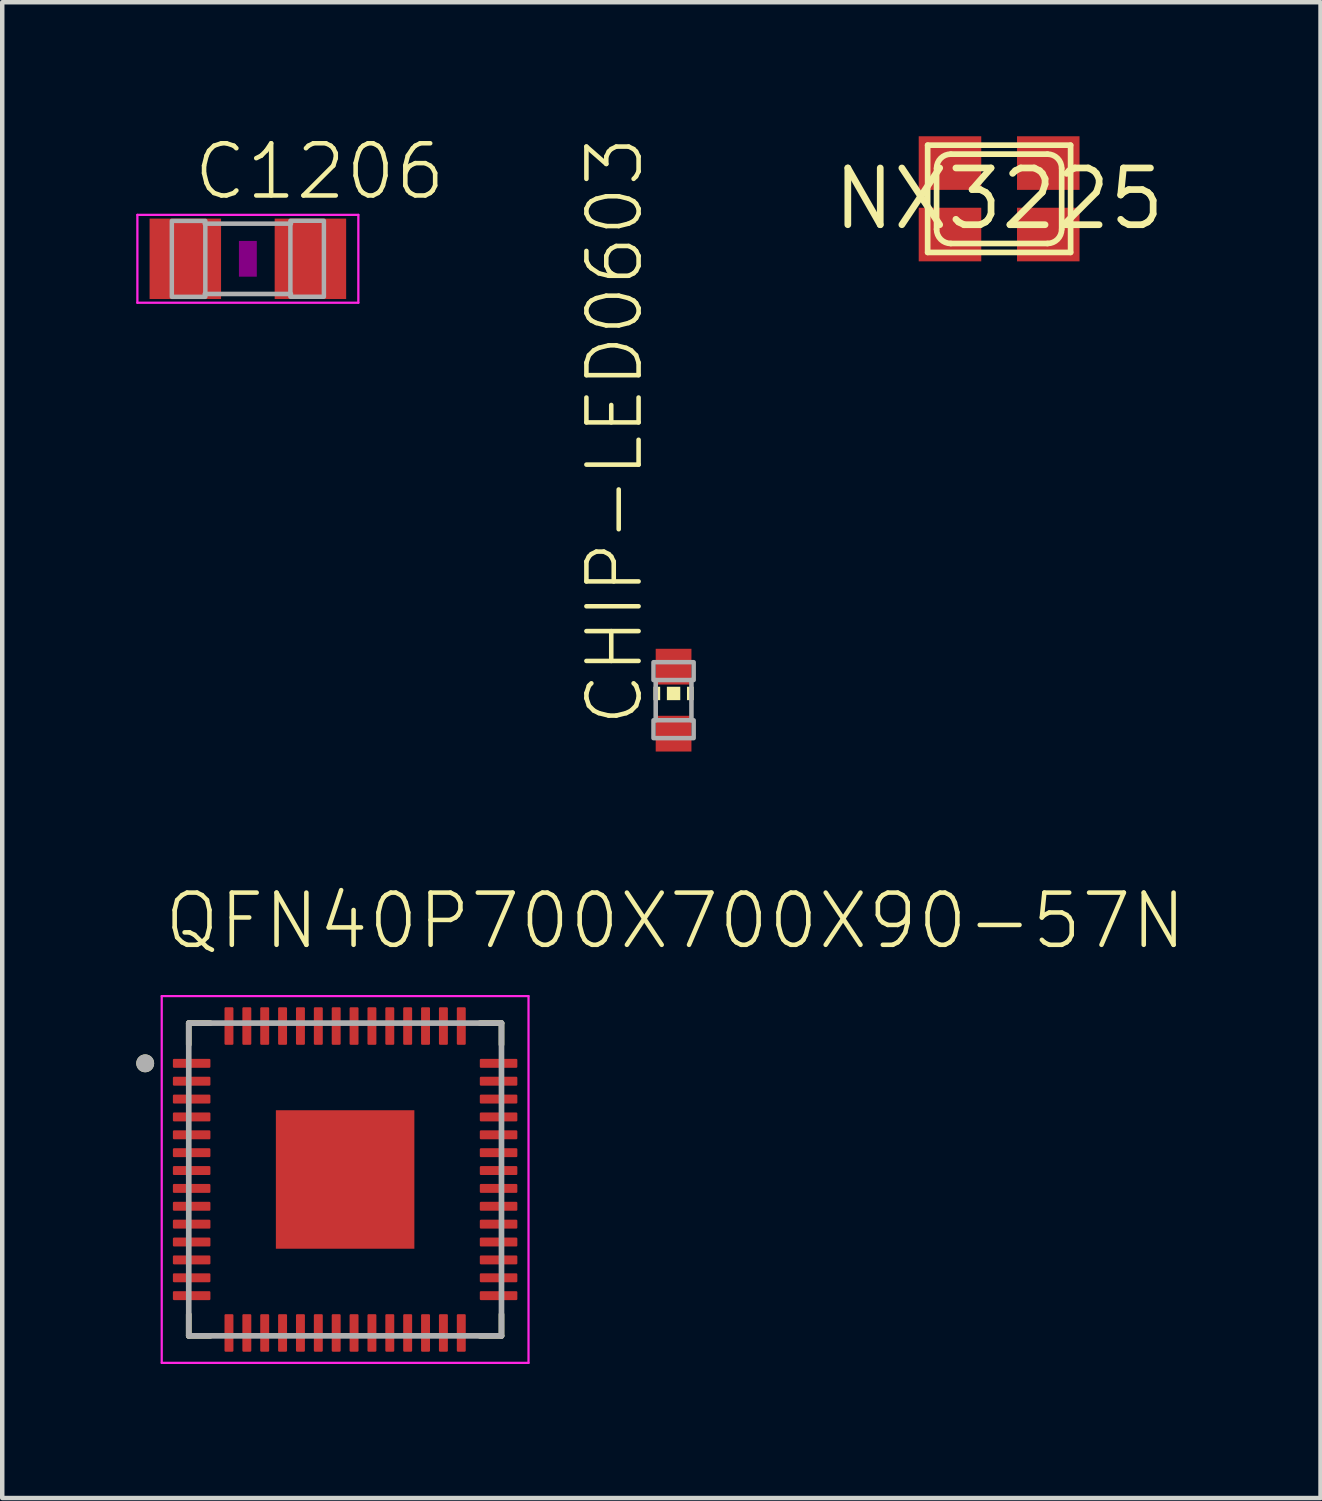
<source format=kicad_pcb>
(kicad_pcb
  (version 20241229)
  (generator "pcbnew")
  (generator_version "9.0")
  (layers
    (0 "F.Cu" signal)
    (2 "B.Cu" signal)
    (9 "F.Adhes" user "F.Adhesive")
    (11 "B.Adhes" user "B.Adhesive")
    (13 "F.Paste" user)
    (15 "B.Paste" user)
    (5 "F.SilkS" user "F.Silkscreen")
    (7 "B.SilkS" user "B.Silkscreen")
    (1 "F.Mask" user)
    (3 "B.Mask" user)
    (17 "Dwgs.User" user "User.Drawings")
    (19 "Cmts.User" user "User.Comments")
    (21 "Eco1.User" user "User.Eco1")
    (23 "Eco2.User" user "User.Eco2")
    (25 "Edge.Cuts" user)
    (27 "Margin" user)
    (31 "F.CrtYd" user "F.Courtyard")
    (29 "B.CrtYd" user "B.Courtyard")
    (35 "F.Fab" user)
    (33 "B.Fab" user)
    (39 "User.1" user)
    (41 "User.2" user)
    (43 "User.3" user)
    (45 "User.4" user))
  (footprint "NX3225"
    (layer "F.Cu")
    (at 19.314 1.4)
    (property "Reference" "NX3225" (at 0 0 0) (layer "F.SilkS") (effects (font (size 1.27 1.27) (thickness 0.15))))
    (fp_line (start -1.6 -1.2) (end -1.6 1.2) (stroke (width 0.127) (type solid)) (layer "F.SilkS"))
    (fp_line (start -1.6 1.2) (end 1.6 1.2) (stroke (width 0.127) (type solid)) (layer "F.SilkS"))
    (fp_line (start -1.4 0.682) (end -1.4 -0.682) (stroke (width 0.127) (type solid)) (layer "F.SilkS"))
    (fp_line (start -1.083 -1) (end 1.083 -1) (stroke (width 0.127) (type solid)) (layer "F.SilkS"))
    (fp_line (start 1.083 1) (end -1.083 1) (stroke (width 0.127) (type solid)) (layer "F.SilkS"))
    (fp_line (start 1.4 -0.682) (end 1.4 0.682) (stroke (width 0.127) (type solid)) (layer "F.SilkS"))
    (fp_line (start 1.6 -1.2) (end -1.6 -1.2) (stroke (width 0.127) (type solid)) (layer "F.SilkS"))
    (fp_line (start 1.6 1.2) (end 1.6 -1.2) (stroke (width 0.127) (type solid)) (layer "F.SilkS"))
    (fp_arc (start -1.4 -0.6825) (mid -1.307006 -0.907006) (end -1.0825 -1) (stroke (width 0.127) (type solid)) (layer "F.SilkS"))
    (fp_arc (start -1.0825 1) (mid -1.307006 0.907006) (end -1.4 0.6825) (stroke (width 0.127) (type solid)) (layer "F.SilkS"))
    (fp_arc (start 1.0825 -1) (mid 1.307006 -0.907006) (end 1.4 -0.6825) (stroke (width 0.127) (type solid)) (layer "F.SilkS"))
    (fp_arc (start 1.4 0.6825) (mid 1.307006 0.907006) (end 1.0825 1) (stroke (width 0.127) (type solid)) (layer "F.SilkS"))
    (pad "1" smd rect (at -1.1 0.8 90) (size 1.2 1.4) (layers "F.Cu" "F.Mask" "F.Paste"))
    (pad "2" smd rect (at 1.1 0.8 90) (size 1.2 1.4) (layers "F.Cu" "F.Mask" "F.Paste"))
    (pad "3" smd rect (at 1.1 -0.8 90) (size 1.2 1.4) (layers "F.Cu" "F.Mask" "F.Paste"))
    (pad "4" smd rect (at -1.1 -0.8 90) (size 1.2 1.4) (layers "F.Cu" "F.Mask" "F.Paste")))
  (footprint "CHIP-LED0603"
    (layer "F.Cu")
    (at 12.027 12.622)
    (property "Reference" "CHIP-LED0603" (at -0.635 0.635 90) (unlocked yes) (layer "F.SilkS") (effects (font (size 1.168 1.168) (thickness 0.102)) (justify left bottom)))
    (fp_poly (pts (xy -0.45 0) (xy -0.3 0) (xy -0.3 -0.3) (xy -0.45 -0.3)) (stroke (width 0) (type default)) (fill yes) (layer "F.SilkS"))
    (fp_poly (pts (xy -0.15 0) (xy 0.15 0) (xy 0.15 -0.3) (xy -0.15 -0.3)) (stroke (width 0) (type default)) (fill yes) (layer "F.SilkS"))
    (fp_poly (pts (xy 0.3 0) (xy 0.45 0) (xy 0.45 -0.3) (xy 0.3 -0.3)) (stroke (width 0) (type default)) (fill yes) (layer "F.SilkS"))
    (fp_line (start -0.4 -0.45) (end -0.4 0.45) (stroke (width 0.102) (type solid)) (layer "F.Fab"))
    (fp_line (start 0.4 -0.45) (end 0.4 0.45) (stroke (width 0.102) (type solid)) (layer "F.Fab"))
    (fp_poly (pts (xy -0.45 -0.45) (xy 0.45 -0.45) (xy 0.45 -0.85) (xy -0.45 -0.85)) (stroke (width 0.1) (type default)) (fill no) (layer "F.Fab"))
    (fp_poly (pts (xy -0.45 0.85) (xy 0.45 0.85) (xy 0.45 0.45) (xy -0.45 0.45)) (stroke (width 0.1) (type default)) (fill no) (layer "F.Fab"))
    (pad "A" smd rect (at 0 0.75) (size 0.8 0.8) (layers "F.Cu" "F.Mask" "F.Paste"))
    (pad "C" smd rect (at 0 -0.75) (size 0.8 0.8) (layers "F.Cu" "F.Mask" "F.Paste")))
  (footprint "QFN40P700X700X90-57N"
    (layer "F.Cu")
    (at 4.675 23.351)
    (property "Reference" "QFN40P700X700X90-57N" (at -4.105 -5.105 0) (unlocked yes) (layer "F.SilkS") (effects (font (size 1.168 1.168) (thickness 0.102)) (justify left bottom)))
    (fp_line (start -3.5 -3.5) (end -3.5 -3.02) (stroke (width 0.127) (type solid)) (layer "F.SilkS"))
    (fp_line (start -3.5 -3.5) (end -3.02 -3.5) (stroke (width 0.127) (type solid)) (layer "F.SilkS"))
    (fp_line (start -3.5 3.5) (end -3.5 3.02) (stroke (width 0.127) (type solid)) (layer "F.SilkS"))
    (fp_line (start -3.5 3.5) (end -3.02 3.5) (stroke (width 0.127) (type solid)) (layer "F.SilkS"))
    (fp_line (start 3.5 -3.5) (end 3.02 -3.5) (stroke (width 0.127) (type solid)) (layer "F.SilkS"))
    (fp_line (start 3.5 -3.5) (end 3.5 -3.02) (stroke (width 0.127) (type solid)) (layer "F.SilkS"))
    (fp_line (start 3.5 3.5) (end 3.02 3.5) (stroke (width 0.127) (type solid)) (layer "F.SilkS"))
    (fp_line (start 3.5 3.5) (end 3.5 3.02) (stroke (width 0.127) (type solid)) (layer "F.SilkS"))
    (fp_circle (center -4.475 -2.6) (end -4.375 -2.6) (stroke (width 0.2) (type solid)) (fill no) (layer "F.SilkS"))
    (fp_poly (pts (xy -0.98 0.98) (xy 0.98 0.98) (xy 0.98 -0.98) (xy -0.98 -0.98)) (stroke (width 0) (type default)) (fill yes) (layer "F.Paste"))
    (fp_line (start -4.105 -4.105) (end 4.105 -4.105) (stroke (width 0.05) (type solid)) (layer "F.CrtYd"))
    (fp_line (start -4.105 4.105) (end -4.105 -4.105) (stroke (width 0.05) (type solid)) (layer "F.CrtYd"))
    (fp_line (start -4.105 4.105) (end 4.105 4.105) (stroke (width 0.05) (type solid)) (layer "F.CrtYd"))
    (fp_line (start 4.105 4.105) (end 4.105 -4.105) (stroke (width 0.05) (type solid)) (layer "F.CrtYd"))
    (fp_line (start -3.5 3.5) (end -3.5 -3.5) (stroke (width 0.127) (type solid)) (layer "F.Fab"))
    (fp_line (start 3.5 -3.5) (end -3.5 -3.5) (stroke (width 0.127) (type solid)) (layer "F.Fab"))
    (fp_line (start 3.5 3.5) (end -3.5 3.5) (stroke (width 0.127) (type solid)) (layer "F.Fab"))
    (fp_line (start 3.5 3.5) (end 3.5 -3.5) (stroke (width 0.127) (type solid)) (layer "F.Fab"))
    (fp_circle (center -4.475 -2.6) (end -4.375 -2.6) (stroke (width 0.2) (type solid)) (fill no) (layer "F.Fab"))
    (pad "1" smd roundrect (at -3.435 -2.6) (size 0.84 0.2) (layers "F.Cu" "F.Mask" "F.Paste") (roundrect_rratio 0.125))
    (pad "2" smd roundrect (at -3.435 -2.2) (size 0.84 0.2) (layers "F.Cu" "F.Mask" "F.Paste") (roundrect_rratio 0.125))
    (pad "3" smd roundrect (at -3.435 -1.8) (size 0.84 0.2) (layers "F.Cu" "F.Mask" "F.Paste") (roundrect_rratio 0.125))
    (pad "4" smd roundrect (at -3.435 -1.4) (size 0.84 0.2) (layers "F.Cu" "F.Mask" "F.Paste") (roundrect_rratio 0.125))
    (pad "5" smd roundrect (at -3.435 -1) (size 0.84 0.2) (layers "F.Cu" "F.Mask" "F.Paste") (roundrect_rratio 0.125))
    (pad "6" smd roundrect (at -3.435 -0.6) (size 0.84 0.2) (layers "F.Cu" "F.Mask" "F.Paste") (roundrect_rratio 0.125))
    (pad "7" smd roundrect (at -3.435 -0.2) (size 0.84 0.2) (layers "F.Cu" "F.Mask" "F.Paste") (roundrect_rratio 0.125))
    (pad "8" smd roundrect (at -3.435 0.2) (size 0.84 0.2) (layers "F.Cu" "F.Mask" "F.Paste") (roundrect_rratio 0.125))
    (pad "9" smd roundrect (at -3.435 0.6) (size 0.84 0.2) (layers "F.Cu" "F.Mask" "F.Paste") (roundrect_rratio 0.125))
    (pad "10" smd roundrect (at -3.435 1) (size 0.84 0.2) (layers "F.Cu" "F.Mask" "F.Paste") (roundrect_rratio 0.125))
    (pad "11" smd roundrect (at -3.435 1.4) (size 0.84 0.2) (layers "F.Cu" "F.Mask" "F.Paste") (roundrect_rratio 0.125))
    (pad "12" smd roundrect (at -3.435 1.8) (size 0.84 0.2) (layers "F.Cu" "F.Mask" "F.Paste") (roundrect_rratio 0.125))
    (pad "13" smd roundrect (at -3.435 2.2) (size 0.84 0.2) (layers "F.Cu" "F.Mask" "F.Paste") (roundrect_rratio 0.125))
    (pad "14" smd roundrect (at -3.435 2.6) (size 0.84 0.2) (layers "F.Cu" "F.Mask" "F.Paste") (roundrect_rratio 0.125))
    (pad "15" smd roundrect (at -2.6 3.435) (size 0.2 0.84) (layers "F.Cu" "F.Mask" "F.Paste") (roundrect_rratio 0.125))
    (pad "16" smd roundrect (at -2.2 3.435) (size 0.2 0.84) (layers "F.Cu" "F.Mask" "F.Paste") (roundrect_rratio 0.125))
    (pad "17" smd roundrect (at -1.8 3.435) (size 0.2 0.84) (layers "F.Cu" "F.Mask" "F.Paste") (roundrect_rratio 0.125))
    (pad "18" smd roundrect (at -1.4 3.435) (size 0.2 0.84) (layers "F.Cu" "F.Mask" "F.Paste") (roundrect_rratio 0.125))
    (pad "19" smd roundrect (at -1 3.435) (size 0.2 0.84) (layers "F.Cu" "F.Mask" "F.Paste") (roundrect_rratio 0.125))
    (pad "20" smd roundrect (at -0.6 3.435) (size 0.2 0.84) (layers "F.Cu" "F.Mask" "F.Paste") (roundrect_rratio 0.125))
    (pad "21" smd roundrect (at -0.2 3.435) (size 0.2 0.84) (layers "F.Cu" "F.Mask" "F.Paste") (roundrect_rratio 0.125))
    (pad "22" smd roundrect (at 0.2 3.435) (size 0.2 0.84) (layers "F.Cu" "F.Mask" "F.Paste") (roundrect_rratio 0.125))
    (pad "23" smd roundrect (at 0.6 3.435) (size 0.2 0.84) (layers "F.Cu" "F.Mask" "F.Paste") (roundrect_rratio 0.125))
    (pad "24" smd roundrect (at 1 3.435) (size 0.2 0.84) (layers "F.Cu" "F.Mask" "F.Paste") (roundrect_rratio 0.125))
    (pad "25" smd roundrect (at 1.4 3.435) (size 0.2 0.84) (layers "F.Cu" "F.Mask" "F.Paste") (roundrect_rratio 0.125))
    (pad "26" smd roundrect (at 1.8 3.435) (size 0.2 0.84) (layers "F.Cu" "F.Mask" "F.Paste") (roundrect_rratio 0.125))
    (pad "27" smd roundrect (at 2.2 3.435) (size 0.2 0.84) (layers "F.Cu" "F.Mask" "F.Paste") (roundrect_rratio 0.125))
    (pad "28" smd roundrect (at 2.6 3.435) (size 0.2 0.84) (layers "F.Cu" "F.Mask" "F.Paste") (roundrect_rratio 0.125))
    (pad "29" smd roundrect (at 3.435 2.6) (size 0.84 0.2) (layers "F.Cu" "F.Mask" "F.Paste") (roundrect_rratio 0.125))
    (pad "30" smd roundrect (at 3.435 2.2) (size 0.84 0.2) (layers "F.Cu" "F.Mask" "F.Paste") (roundrect_rratio 0.125))
    (pad "31" smd roundrect (at 3.435 1.8) (size 0.84 0.2) (layers "F.Cu" "F.Mask" "F.Paste") (roundrect_rratio 0.125))
    (pad "32" smd roundrect (at 3.435 1.4) (size 0.84 0.2) (layers "F.Cu" "F.Mask" "F.Paste") (roundrect_rratio 0.125))
    (pad "33" smd roundrect (at 3.435 1) (size 0.84 0.2) (layers "F.Cu" "F.Mask" "F.Paste") (roundrect_rratio 0.125))
    (pad "34" smd roundrect (at 3.435 0.6) (size 0.84 0.2) (layers "F.Cu" "F.Mask" "F.Paste") (roundrect_rratio 0.125))
    (pad "35" smd roundrect (at 3.435 0.2) (size 0.84 0.2) (layers "F.Cu" "F.Mask" "F.Paste") (roundrect_rratio 0.125))
    (pad "36" smd roundrect (at 3.435 -0.2) (size 0.84 0.2) (layers "F.Cu" "F.Mask" "F.Paste") (roundrect_rratio 0.125))
    (pad "37" smd roundrect (at 3.435 -0.6) (size 0.84 0.2) (layers "F.Cu" "F.Mask" "F.Paste") (roundrect_rratio 0.125))
    (pad "38" smd roundrect (at 3.435 -1) (size 0.84 0.2) (layers "F.Cu" "F.Mask" "F.Paste") (roundrect_rratio 0.125))
    (pad "39" smd roundrect (at 3.435 -1.4) (size 0.84 0.2) (layers "F.Cu" "F.Mask" "F.Paste") (roundrect_rratio 0.125))
    (pad "40" smd roundrect (at 3.435 -1.8) (size 0.84 0.2) (layers "F.Cu" "F.Mask" "F.Paste") (roundrect_rratio 0.125))
    (pad "41" smd roundrect (at 3.435 -2.2) (size 0.84 0.2) (layers "F.Cu" "F.Mask" "F.Paste") (roundrect_rratio 0.125))
    (pad "42" smd roundrect (at 3.435 -2.6) (size 0.84 0.2) (layers "F.Cu" "F.Mask" "F.Paste") (roundrect_rratio 0.125))
    (pad "43" smd roundrect (at 2.6 -3.435) (size 0.2 0.84) (layers "F.Cu" "F.Mask" "F.Paste") (roundrect_rratio 0.125))
    (pad "44" smd roundrect (at 2.2 -3.435) (size 0.2 0.84) (layers "F.Cu" "F.Mask" "F.Paste") (roundrect_rratio 0.125))
    (pad "45" smd roundrect (at 1.8 -3.435) (size 0.2 0.84) (layers "F.Cu" "F.Mask" "F.Paste") (roundrect_rratio 0.125))
    (pad "46" smd roundrect (at 1.4 -3.435) (size 0.2 0.84) (layers "F.Cu" "F.Mask" "F.Paste") (roundrect_rratio 0.125))
    (pad "47" smd roundrect (at 1 -3.435) (size 0.2 0.84) (layers "F.Cu" "F.Mask" "F.Paste") (roundrect_rratio 0.125))
    (pad "48" smd roundrect (at 0.6 -3.435) (size 0.2 0.84) (layers "F.Cu" "F.Mask" "F.Paste") (roundrect_rratio 0.125))
    (pad "49" smd roundrect (at 0.2 -3.435) (size 0.2 0.84) (layers "F.Cu" "F.Mask" "F.Paste") (roundrect_rratio 0.125))
    (pad "50" smd roundrect (at -0.2 -3.435) (size 0.2 0.84) (layers "F.Cu" "F.Mask" "F.Paste") (roundrect_rratio 0.125))
    (pad "51" smd roundrect (at -0.6 -3.435) (size 0.2 0.84) (layers "F.Cu" "F.Mask" "F.Paste") (roundrect_rratio 0.125))
    (pad "52" smd roundrect (at -1 -3.435) (size 0.2 0.84) (layers "F.Cu" "F.Mask" "F.Paste") (roundrect_rratio 0.125))
    (pad "53" smd roundrect (at -1.4 -3.435) (size 0.2 0.84) (layers "F.Cu" "F.Mask" "F.Paste") (roundrect_rratio 0.125))
    (pad "54" smd roundrect (at -1.8 -3.435) (size 0.2 0.84) (layers "F.Cu" "F.Mask" "F.Paste") (roundrect_rratio 0.125))
    (pad "55" smd roundrect (at -2.2 -3.435) (size 0.2 0.84) (layers "F.Cu" "F.Mask" "F.Paste") (roundrect_rratio 0.125))
    (pad "56" smd roundrect (at -2.6 -3.435) (size 0.2 0.84) (layers "F.Cu" "F.Mask" "F.Paste") (roundrect_rratio 0.125))
    (pad "57" smd rect (at 0 0) (size 3.1 3.1) (layers "F.Cu" "F.Mask")))
  (footprint "C1206"
    (layer "F.Cu")
    (at 2.498 2.743)
    (property "Reference" "C1206" (at -1.27 -1.27 0) (unlocked yes) (layer "F.SilkS") (effects (font (size 1.168 1.168) (thickness 0.102)) (justify left bottom)))
    (fp_poly (pts (xy -0.2 0.4) (xy 0.2 0.4) (xy 0.2 -0.4) (xy -0.2 -0.4)) (stroke (width 0) (type default)) (fill yes) (layer "F.Adhes"))
    (fp_line (start -2.473 -0.983) (end 2.473 -0.983) (stroke (width 0.051) (type solid)) (layer "F.CrtYd"))
    (fp_line (start -2.473 0.983) (end -2.473 -0.983) (stroke (width 0.051) (type solid)) (layer "F.CrtYd"))
    (fp_line (start 2.473 -0.983) (end 2.473 0.983) (stroke (width 0.051) (type solid)) (layer "F.CrtYd"))
    (fp_line (start 2.473 0.983) (end -2.473 0.983) (stroke (width 0.051) (type solid)) (layer "F.CrtYd"))
    (fp_line (start -0.965 -0.787) (end 0.965 -0.787) (stroke (width 0.102) (type solid)) (layer "F.Fab"))
    (fp_line (start -0.965 0.787) (end 0.965 0.787) (stroke (width 0.102) (type solid)) (layer "F.Fab"))
    (fp_poly (pts (xy -1.702 0.851) (xy -0.952 0.851) (xy -0.952 -0.849) (xy -1.702 -0.849)) (stroke (width 0.1) (type default)) (fill no) (layer "F.Fab"))
    (fp_poly (pts (xy 0.952 0.849) (xy 1.702 0.849) (xy 1.702 -0.851) (xy 0.952 -0.851)) (stroke (width 0.1) (type default)) (fill no) (layer "F.Fab"))
    (pad "1" smd rect (at -1.4 0) (size 1.6 1.8) (layers "F.Cu" "F.Mask" "F.Paste"))
    (pad "2" smd rect (at 1.4 0) (size 1.6 1.8) (layers "F.Cu" "F.Mask" "F.Paste")))
  (gr_rect
    (start -3 -3)
    (end 26.508 30.481)
    (stroke (width 0.1) (type default))
    (fill no)
    (layer "Edge.Cuts")))
</source>
